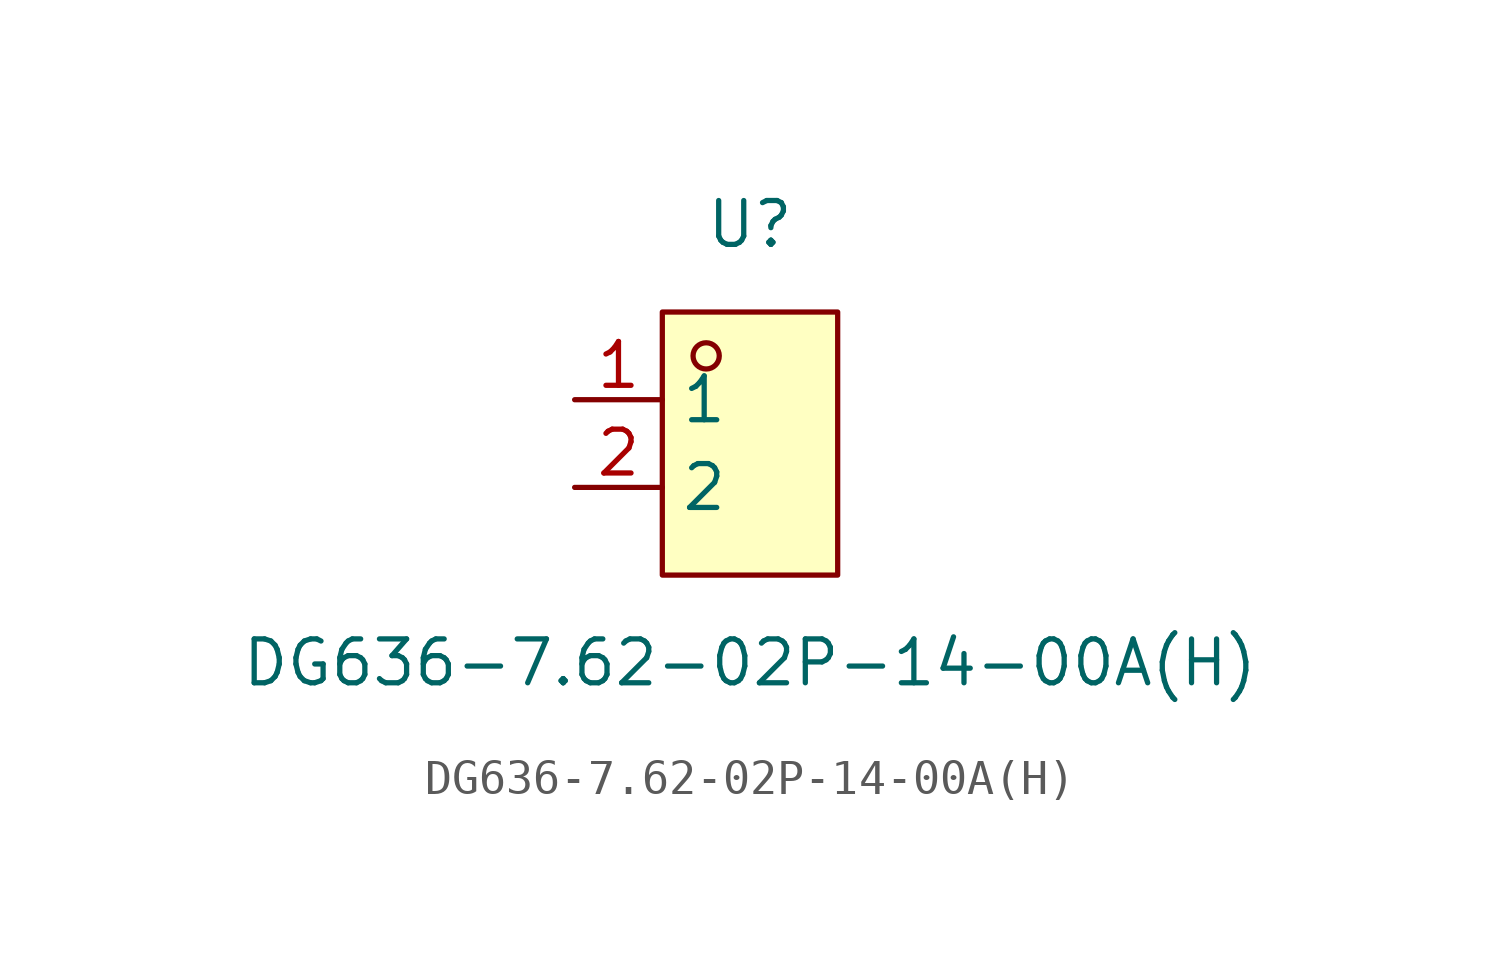
<source format=kicad_sym>
(kicad_symbol_lib
  (version 20211014)
  (generator https://github.com/uPesy/easyeda2kicad.py)
  (symbol "DG636-7.62-02P-14-00A(H)"
    (property "Reference" "U"
      (at 0 7.62 0)
      (effects (font (size 1.27 1.27))))
    (property "Value" "DG636-7.62-02P-14-00A(H)"
      (at 0 -5.08 0)
      (effects (font (size 1.27 1.27))))
    (symbol "DG636-7.62-02P-14-00A(H)_0_1"
      (rectangle (start -2.54 5.08) (end 2.54 -2.54) (stroke (width 0) (type default) (color 0 0 0 0)) (fill (type background)))
      (circle (center -1.27 3.81) (radius 0.38) (stroke (width 0) (type default) (color 0 0 0 0)) (fill (type none)))
      (pin unspecified line (at -5.08 2.54 0) (length 2.54) (name "1" (effects (font (size 1.27 1.27)))) (number "1" (effects (font (size 1.27 1.27)))))
      (pin unspecified line (at -5.08 -0.00 0) (length 2.54) (name "2" (effects (font (size 1.27 1.27)))) (number "2" (effects (font (size 1.27 1.27))))))))
</source>
